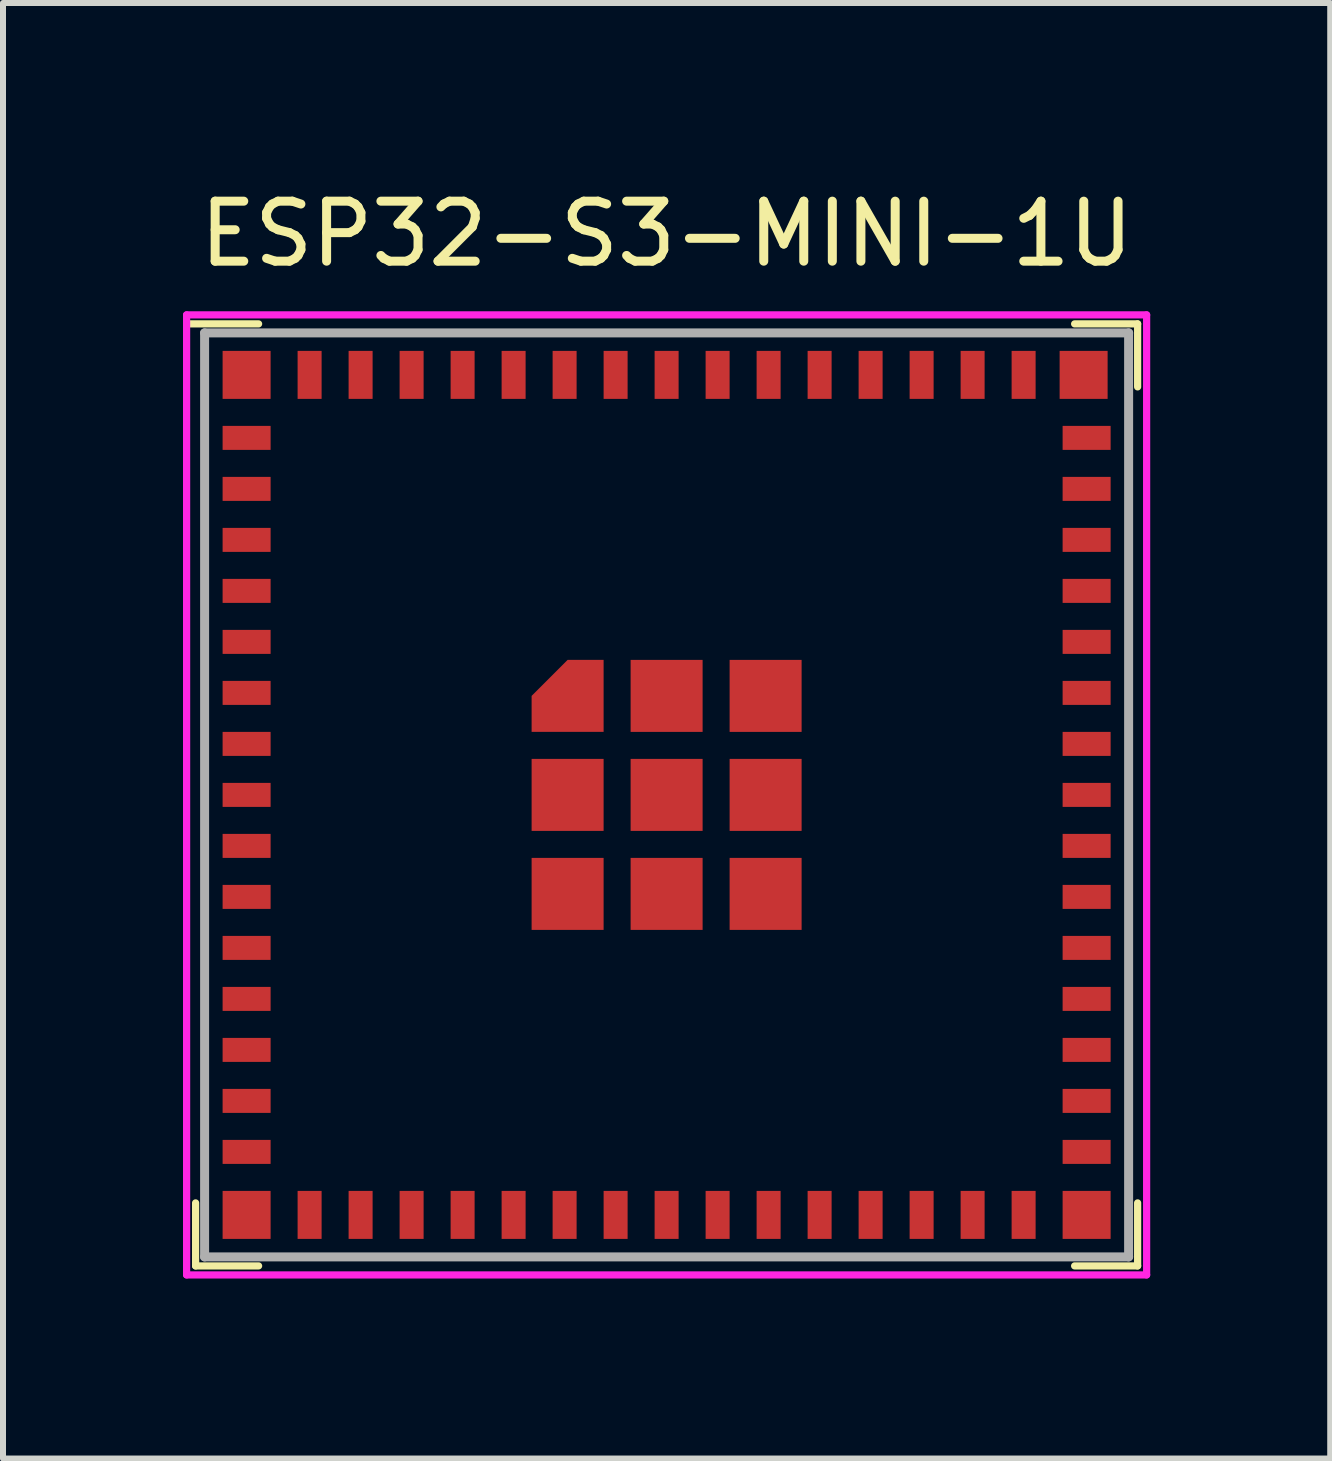
<source format=kicad_pcb>
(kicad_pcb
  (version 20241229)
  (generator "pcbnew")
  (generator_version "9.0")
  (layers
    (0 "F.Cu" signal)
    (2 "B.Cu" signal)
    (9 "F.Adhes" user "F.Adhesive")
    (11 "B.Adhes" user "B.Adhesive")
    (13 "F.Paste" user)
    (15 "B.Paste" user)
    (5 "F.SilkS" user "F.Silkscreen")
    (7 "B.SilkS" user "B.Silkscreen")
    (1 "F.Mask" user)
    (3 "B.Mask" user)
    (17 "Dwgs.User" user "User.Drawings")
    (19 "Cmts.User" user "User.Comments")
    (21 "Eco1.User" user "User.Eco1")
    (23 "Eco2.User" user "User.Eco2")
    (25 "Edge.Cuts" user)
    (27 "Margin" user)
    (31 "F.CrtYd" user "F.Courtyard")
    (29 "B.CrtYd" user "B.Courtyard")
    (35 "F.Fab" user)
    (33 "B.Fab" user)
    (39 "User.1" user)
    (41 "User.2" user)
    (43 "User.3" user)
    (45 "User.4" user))
  (footprint "ESP32-S3-MINI-1U"
    (layer "F.Cu")
    (at 8.06 10.198)
    (property "Reference" "ESP32-S3-MINI-1U" (at 0 -9.35 0) (layer "F.SilkS") (effects (font (size 1 1) (thickness 0.15))))
    (attr smd)
    (fp_line (start -7.85 7.85) (end -7.85 6.8) (stroke (width 0.12) (type solid)) (layer "F.SilkS"))
    (fp_line (start -7.7 -7.7) (end 7.7 -7.7) (stroke (width 0.12) (type solid)) (layer "F.SilkS"))
    (fp_line (start -7.7 7.7) (end -7.7 -7.7) (stroke (width 0.12) (type solid)) (layer "F.SilkS"))
    (fp_line (start -6.8 -7.85) (end -8 -7.85) (stroke (width 0.12) (type solid)) (layer "F.SilkS"))
    (fp_line (start -6.8 7.85) (end -7.85 7.85) (stroke (width 0.12) (type solid)) (layer "F.SilkS"))
    (fp_line (start 6.8 -7.85) (end 7.85 -7.85) (stroke (width 0.12) (type solid)) (layer "F.SilkS"))
    (fp_line (start 6.8 7.85) (end 7.85 7.85) (stroke (width 0.12) (type solid)) (layer "F.SilkS"))
    (fp_line (start 7.7 -7.7) (end 7.7 7.7) (stroke (width 0.12) (type solid)) (layer "F.SilkS"))
    (fp_line (start 7.7 7.7) (end -7.7 7.7) (stroke (width 0.12) (type solid)) (layer "F.SilkS"))
    (fp_line (start 7.85 -7.85) (end 7.85 -6.8) (stroke (width 0.12) (type solid)) (layer "F.SilkS"))
    (fp_line (start 7.85 7.85) (end 7.85 6.8) (stroke (width 0.12) (type solid)) (layer "F.SilkS"))
    (fp_line (start -8 -8) (end -8 8) (stroke (width 0.12) (type solid)) (layer "F.CrtYd"))
    (fp_line (start -8 8) (end 8 8) (stroke (width 0.12) (type solid)) (layer "F.CrtYd"))
    (fp_line (start 8 -8) (end -8 -8) (stroke (width 0.12) (type solid)) (layer "F.CrtYd"))
    (fp_line (start 8 8) (end 8 -8) (stroke (width 0.12) (type solid)) (layer "F.CrtYd"))
    (fp_line (start -7.7 -7.7) (end -7.7 7.7) (stroke (width 0.15) (type solid)) (layer "F.Fab"))
    (fp_line (start -7.7 7.7) (end 7.7 7.7) (stroke (width 0.15) (type solid)) (layer "F.Fab"))
    (fp_line (start 7.7 -7.7) (end -7.7 -7.7) (stroke (width 0.15) (type solid)) (layer "F.Fab"))
    (fp_line (start 7.7 7.7) (end 7.7 -7.7) (stroke (width 0.15) (type solid)) (layer "F.Fab"))
    (pad "1" smd rect (at -7 -5.95 90) (size 0.4 0.8) (layers "F.Cu" "F.Mask" "F.Paste"))
    (pad "2" smd rect (at -7 -5.1 90) (size 0.4 0.8) (layers "F.Cu" "F.Mask" "F.Paste"))
    (pad "3" smd rect (at -7 -4.25 90) (size 0.4 0.8) (layers "F.Cu" "F.Mask" "F.Paste"))
    (pad "4" smd rect (at -7 -3.4 90) (size 0.4 0.8) (layers "F.Cu" "F.Mask" "F.Paste"))
    (pad "5" smd rect (at -7 -2.55 90) (size 0.4 0.8) (layers "F.Cu" "F.Mask" "F.Paste"))
    (pad "6" smd rect (at -7 -1.7 90) (size 0.4 0.8) (layers "F.Cu" "F.Mask" "F.Paste"))
    (pad "7" smd rect (at -7 -0.85 90) (size 0.4 0.8) (layers "F.Cu" "F.Mask" "F.Paste"))
    (pad "8" smd rect (at -7 0 90) (size 0.4 0.8) (layers "F.Cu" "F.Mask" "F.Paste"))
    (pad "9" smd rect (at -7 0.85 90) (size 0.4 0.8) (layers "F.Cu" "F.Mask" "F.Paste"))
    (pad "10" smd rect (at -7 1.7 90) (size 0.4 0.8) (layers "F.Cu" "F.Mask" "F.Paste"))
    (pad "11" smd rect (at -7 2.55 90) (size 0.4 0.8) (layers "F.Cu" "F.Mask" "F.Paste"))
    (pad "12" smd rect (at -7 3.4 90) (size 0.4 0.8) (layers "F.Cu" "F.Mask" "F.Paste"))
    (pad "13" smd rect (at -7 4.25 90) (size 0.4 0.8) (layers "F.Cu" "F.Mask" "F.Paste"))
    (pad "14" smd rect (at -7 5.1 90) (size 0.4 0.8) (layers "F.Cu" "F.Mask" "F.Paste"))
    (pad "15" smd rect (at -7 5.95 90) (size 0.4 0.8) (layers "F.Cu" "F.Mask" "F.Paste"))
    (pad "16" smd rect (at -5.95 7) (size 0.4 0.8) (layers "F.Cu" "F.Mask" "F.Paste"))
    (pad "17" smd rect (at -5.1 7) (size 0.4 0.8) (layers "F.Cu" "F.Mask" "F.Paste"))
    (pad "18" smd rect (at -4.25 7) (size 0.4 0.8) (layers "F.Cu" "F.Mask" "F.Paste"))
    (pad "19" smd rect (at -3.4 7) (size 0.4 0.8) (layers "F.Cu" "F.Mask" "F.Paste"))
    (pad "20" smd rect (at -2.55 7) (size 0.4 0.8) (layers "F.Cu" "F.Mask" "F.Paste"))
    (pad "21" smd rect (at -1.7 7) (size 0.4 0.8) (layers "F.Cu" "F.Mask" "F.Paste"))
    (pad "22" smd rect (at -0.85 7) (size 0.4 0.8) (layers "F.Cu" "F.Mask" "F.Paste"))
    (pad "23" smd rect (at 0 7) (size 0.4 0.8) (layers "F.Cu" "F.Mask" "F.Paste"))
    (pad "24" smd rect (at 0.85 7) (size 0.4 0.8) (layers "F.Cu" "F.Mask" "F.Paste"))
    (pad "25" smd rect (at 1.7 7) (size 0.4 0.8) (layers "F.Cu" "F.Mask" "F.Paste"))
    (pad "26" smd rect (at 2.55 7) (size 0.4 0.8) (layers "F.Cu" "F.Mask" "F.Paste"))
    (pad "27" smd rect (at 3.4 7) (size 0.4 0.8) (layers "F.Cu" "F.Mask" "F.Paste"))
    (pad "28" smd rect (at 4.25 7) (size 0.4 0.8) (layers "F.Cu" "F.Mask" "F.Paste"))
    (pad "29" smd rect (at 5.1 7) (size 0.4 0.8) (layers "F.Cu" "F.Mask" "F.Paste"))
    (pad "30" smd rect (at 5.95 7) (size 0.4 0.8) (layers "F.Cu" "F.Mask" "F.Paste"))
    (pad "31" smd rect (at 7 5.95 90) (size 0.4 0.8) (layers "F.Cu" "F.Mask" "F.Paste"))
    (pad "32" smd rect (at 7 5.1 90) (size 0.4 0.8) (layers "F.Cu" "F.Mask" "F.Paste"))
    (pad "33" smd rect (at 7 4.25 90) (size 0.4 0.8) (layers "F.Cu" "F.Mask" "F.Paste"))
    (pad "34" smd rect (at 7 3.4 90) (size 0.4 0.8) (layers "F.Cu" "F.Mask" "F.Paste"))
    (pad "35" smd rect (at 7 2.55 90) (size 0.4 0.8) (layers "F.Cu" "F.Mask" "F.Paste"))
    (pad "36" smd rect (at 7 1.7 90) (size 0.4 0.8) (layers "F.Cu" "F.Mask" "F.Paste"))
    (pad "37" smd rect (at 7 0.85 90) (size 0.4 0.8) (layers "F.Cu" "F.Mask" "F.Paste"))
    (pad "38" smd rect (at 7 0 90) (size 0.4 0.8) (layers "F.Cu" "F.Mask" "F.Paste"))
    (pad "39" smd rect (at 7 -0.85 90) (size 0.4 0.8) (layers "F.Cu" "F.Mask" "F.Paste"))
    (pad "40" smd rect (at 7 -1.7 90) (size 0.4 0.8) (layers "F.Cu" "F.Mask" "F.Paste"))
    (pad "41" smd rect (at 7 -2.55 90) (size 0.4 0.8) (layers "F.Cu" "F.Mask" "F.Paste"))
    (pad "42" smd rect (at 7 -3.4 90) (size 0.4 0.8) (layers "F.Cu" "F.Mask" "F.Paste"))
    (pad "43" smd rect (at 7 -4.25 90) (size 0.4 0.8) (layers "F.Cu" "F.Mask" "F.Paste"))
    (pad "44" smd rect (at 7 -5.1 90) (size 0.4 0.8) (layers "F.Cu" "F.Mask" "F.Paste"))
    (pad "45" smd rect (at 7 -5.95 90) (size 0.4 0.8) (layers "F.Cu" "F.Mask" "F.Paste"))
    (pad "46" smd rect (at -7 -7 180) (size 0.8 0.8) (layers "F.Cu" "F.Mask" "F.Paste"))
    (pad "46" smd rect (at -7 7 180) (size 0.8 0.8) (layers "F.Cu" "F.Mask" "F.Paste"))
    (pad "46" smd rect (at -5.95 -7) (size 0.4 0.8) (layers "F.Cu" "F.Mask" "F.Paste"))
    (pad "46" smd rect (at -5.1 -7) (size 0.4 0.8) (layers "F.Cu" "F.Mask" "F.Paste"))
    (pad "46" smd rect (at -4.25 -7) (size 0.4 0.8) (layers "F.Cu" "F.Mask" "F.Paste"))
    (pad "46" smd rect (at -3.4 -7) (size 0.4 0.8) (layers "F.Cu" "F.Mask" "F.Paste"))
    (pad "46" smd rect (at -2.55 -7) (size 0.4 0.8) (layers "F.Cu" "F.Mask" "F.Paste"))
    (pad "46" smd rect (at -1.7 -7) (size 0.4 0.8) (layers "F.Cu" "F.Mask" "F.Paste"))
    (pad "46" smd custom (at -1.65 -1.65) (size 0.6 0.6) (layers "F.Cu" "F.Mask" "F.Paste") (options (anchor rect)) (primitives (gr_poly (pts (xy -0.6 0.6) (xy 0.6 0.6) (xy 0.6 -0.6) (xy 0 -0.6) (xy -0.6 0)) (width 0) (fill yes))))
    (pad "46" smd rect (at -1.65 0) (size 1.2 1.2) (layers "F.Cu" "F.Mask" "F.Paste"))
    (pad "46" smd rect (at -1.65 1.65) (size 1.2 1.2) (layers "F.Cu" "F.Mask" "F.Paste"))
    (pad "46" smd rect (at -0.85 -7) (size 0.4 0.8) (layers "F.Cu" "F.Mask" "F.Paste"))
    (pad "46" smd rect (at 0 -7) (size 0.4 0.8) (layers "F.Cu" "F.Mask" "F.Paste"))
    (pad "46" smd rect (at 0 -1.65) (size 1.2 1.2) (layers "F.Cu" "F.Mask" "F.Paste"))
    (pad "46" smd rect (at 0 0) (size 1.2 1.2) (layers "F.Cu" "F.Mask" "F.Paste"))
    (pad "46" smd rect (at 0 1.65) (size 1.2 1.2) (layers "F.Cu" "F.Mask" "F.Paste"))
    (pad "46" smd rect (at 0.85 -7) (size 0.4 0.8) (layers "F.Cu" "F.Mask" "F.Paste"))
    (pad "46" smd rect (at 1.65 -1.65) (size 1.2 1.2) (layers "F.Cu" "F.Mask" "F.Paste"))
    (pad "46" smd rect (at 1.65 0) (size 1.2 1.2) (layers "F.Cu" "F.Mask" "F.Paste"))
    (pad "46" smd rect (at 1.65 1.65) (size 1.2 1.2) (layers "F.Cu" "F.Mask" "F.Paste"))
    (pad "46" smd rect (at 1.7 -7) (size 0.4 0.8) (layers "F.Cu" "F.Mask" "F.Paste"))
    (pad "46" smd rect (at 2.55 -7) (size 0.4 0.8) (layers "F.Cu" "F.Mask" "F.Paste"))
    (pad "46" smd rect (at 3.4 -7) (size 0.4 0.8) (layers "F.Cu" "F.Mask" "F.Paste"))
    (pad "46" smd rect (at 4.25 -7) (size 0.4 0.8) (layers "F.Cu" "F.Mask" "F.Paste"))
    (pad "46" smd rect (at 5.1 -7) (size 0.4 0.8) (layers "F.Cu" "F.Mask" "F.Paste"))
    (pad "46" smd rect (at 5.95 -7) (size 0.4 0.8) (layers "F.Cu" "F.Mask" "F.Paste"))
    (pad "46" smd rect (at 6.95 -7 180) (size 0.8 0.8) (layers "F.Cu" "F.Mask" "F.Paste"))
    (pad "46" smd rect (at 7 7 180) (size 0.8 0.8) (layers "F.Cu" "F.Mask" "F.Paste")))
  (gr_rect
    (start -3 -3)
    (end 19.12 21.258)
    (stroke (width 0.1) (type default))
    (fill no)
    (layer "Edge.Cuts")))
</source>
